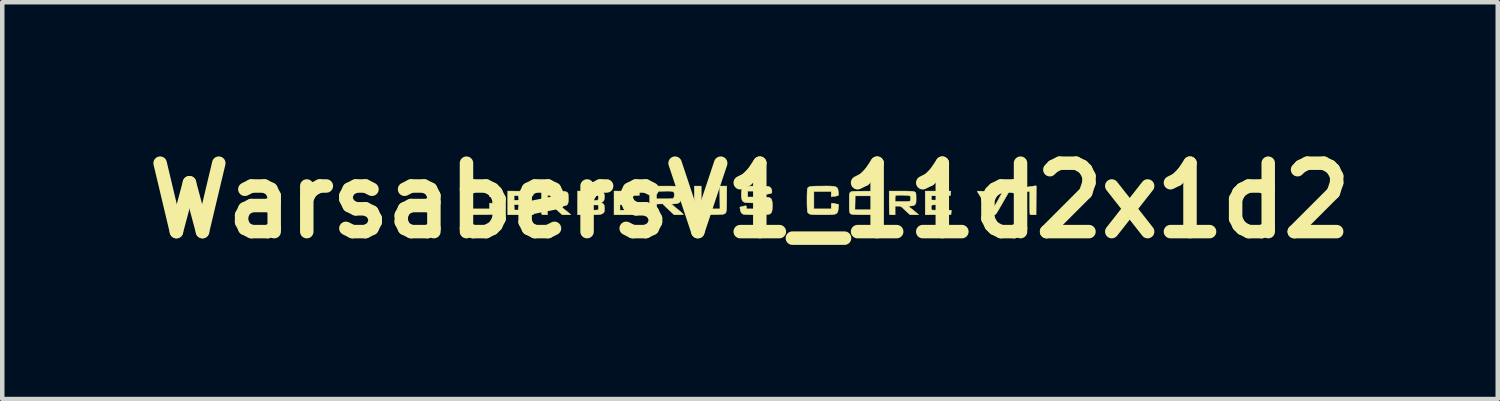
<source format=kicad_pcb>
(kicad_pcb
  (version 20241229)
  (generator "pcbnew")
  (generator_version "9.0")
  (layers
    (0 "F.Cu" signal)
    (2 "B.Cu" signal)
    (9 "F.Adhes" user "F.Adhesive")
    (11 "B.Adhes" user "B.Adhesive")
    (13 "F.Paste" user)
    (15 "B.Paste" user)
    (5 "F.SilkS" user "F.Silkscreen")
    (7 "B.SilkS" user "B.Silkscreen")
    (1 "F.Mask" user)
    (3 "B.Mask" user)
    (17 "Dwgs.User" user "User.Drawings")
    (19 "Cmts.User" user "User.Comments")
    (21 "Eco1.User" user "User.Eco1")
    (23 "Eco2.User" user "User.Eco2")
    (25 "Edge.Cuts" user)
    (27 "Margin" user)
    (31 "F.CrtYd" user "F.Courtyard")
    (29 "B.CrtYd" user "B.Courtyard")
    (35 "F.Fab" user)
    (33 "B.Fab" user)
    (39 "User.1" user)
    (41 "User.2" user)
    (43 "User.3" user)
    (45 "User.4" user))
  (footprint "WarsabersV1_11d2x1d2"
    (layer "F.Cu")
    (at 13.651 1.418)
    (property "Reference" "WarsabersV1_11d2x1d2" (at 0 0 0) (layer "F.SilkS") (effects (font (size 1.524 1.524) (thickness 0.3))))
    (attr through_hole)
    (fp_poly (pts (xy -4.831 -0.208) (xy -4.831 -0.117) (xy -5.253 -0.111) (xy -5.253 -0.01) (xy -5.009 -0.01) (xy -5.009 0.091) (xy -5.254 0.091) (xy -5.251 0.15) (xy -5.248 0.208) (xy -4.826 0.208) (xy -4.826 0.262) (xy -4.826 0.315) (xy -5.395 0.315) (xy -5.395 -0.214) (xy -4.831 -0.208)) (stroke (width 0.01) (type solid)) (fill yes) (layer "F.SilkS"))
    (fp_poly (pts (xy -2.464 -0.208) (xy -2.464 -0.117) (xy -2.662 -0.115) (xy -2.724 -0.114) (xy -2.781 -0.113) (xy -2.827 -0.113) (xy -2.86 -0.112) (xy -2.877 -0.112) (xy -2.878 -0.112) (xy -2.889 -0.108) (xy -2.894 -0.094) (xy -2.896 -0.064) (xy -2.896 -0.061) (xy -2.896 -0.011) (xy -2.647 -0.005) (xy -2.647 0.086) (xy -2.771 0.089) (xy -2.896 0.092) (xy -2.896 0.213) (xy -2.459 0.213) (xy -2.459 0.315) (xy -3.028 0.315) (xy -3.028 -0.214) (xy -2.464 -0.208)) (stroke (width 0.01) (type solid)) (fill yes) (layer "F.SilkS"))
    (fp_poly (pts (xy 6.37 -0.329) (xy 6.376 -0.319) (xy 6.375 -0.303) (xy 6.375 -0.287) (xy 6.374 -0.253) (xy 6.373 -0.205) (xy 6.373 -0.145) (xy 6.372 -0.076) (xy 6.372 -0.000192) (xy 6.372 0.018) (xy 6.37 0.315) (xy 6.306 0.315) (xy 6.271 0.314) (xy 6.246 0.311) (xy 6.235 0.308) (xy 6.233 0.297) (xy 6.231 0.267) (xy 6.23 0.224) (xy 6.229 0.168) (xy 6.228 0.103) (xy 6.228 0.049) (xy 6.228 -0.203) (xy 6.096 -0.203) (xy 6.096 -0.293) (xy 6.185 -0.305) (xy 6.232 -0.312) (xy 6.277 -0.318) (xy 6.313 -0.324) (xy 6.319 -0.325) (xy 6.352 -0.33) (xy 6.37 -0.329)) (stroke (width 0.01) (type solid)) (fill yes) (layer "F.SilkS"))
    (fp_poly (pts (xy 4.468 -0.165) (xy 4.465 -0.117) (xy 4.039 -0.107) (xy 4.039 -0.015) (xy 4.163 -0.01) (xy 4.211 -0.008) (xy 4.25 -0.004) (xy 4.277 -0.001) (xy 4.288 0.002) (xy 4.288 0.003) (xy 4.288 0.017) (xy 4.288 0.043) (xy 4.288 0.051) (xy 4.288 0.091) (xy 4.167 0.091) (xy 4.113 0.092) (xy 4.076 0.094) (xy 4.052 0.099) (xy 4.04 0.109) (xy 4.035 0.126) (xy 4.034 0.152) (xy 4.034 0.162) (xy 4.038 0.194) (xy 4.05 0.207) (xy 4.064 0.209) (xy 4.096 0.211) (xy 4.141 0.212) (xy 4.197 0.213) (xy 4.26 0.213) (xy 4.274 0.213) (xy 4.482 0.213) (xy 4.479 0.262) (xy 4.475 0.31) (xy 3.901 0.315) (xy 3.901 -0.213) (xy 4.186 -0.213) (xy 4.472 -0.213) (xy 4.468 -0.165)) (stroke (width 0.01) (type solid)) (fill yes) (layer "F.SilkS"))
    (fp_poly (pts (xy -0.597 -0.325) (xy -0.518 -0.325) (xy -0.518 -0.064) (xy -0.519 0.015) (xy -0.52 0.086) (xy -0.522 0.146) (xy -0.524 0.194) (xy -0.527 0.226) (xy -0.529 0.236) (xy -0.535 0.257) (xy -0.543 0.273) (xy -0.555 0.286) (xy -0.573 0.295) (xy -0.599 0.302) (xy -0.636 0.306) (xy -0.686 0.309) (xy -0.751 0.311) (xy -0.833 0.312) (xy -0.863 0.312) (xy -0.937 0.312) (xy -1.005 0.311) (xy -1.066 0.31) (xy -1.115 0.309) (xy -1.149 0.306) (xy -1.165 0.304) (xy -1.195 0.289) (xy -1.219 0.268) (xy -1.225 0.259) (xy -1.23 0.249) (xy -1.233 0.235) (xy -1.236 0.214) (xy -1.238 0.185) (xy -1.239 0.144) (xy -1.239 0.09) (xy -1.239 0.019) (xy -1.24 -0.042) (xy -1.24 -0.325) (xy -1.087 -0.325) (xy -1.087 0.183) (xy -0.669 0.183) (xy -0.672 -0.071) (xy -0.676 -0.325) (xy -0.597 -0.325)) (stroke (width 0.01) (type solid)) (fill yes) (layer "F.SilkS"))
    (fp_poly (pts (xy 5.702 -0.213) (xy 5.736 -0.213) (xy 5.761 -0.212) (xy 5.771 -0.21) (xy 5.771 -0.21) (xy 5.766 -0.2) (xy 5.753 -0.177) (xy 5.733 -0.141) (xy 5.709 -0.099) (xy 5.698 -0.08) (xy 5.666 -0.025) (xy 5.632 0.035) (xy 5.6 0.091) (xy 5.574 0.136) (xy 5.573 0.137) (xy 5.539 0.197) (xy 5.512 0.242) (xy 5.492 0.274) (xy 5.476 0.295) (xy 5.463 0.307) (xy 5.45 0.313) (xy 5.436 0.315) (xy 5.421 0.315) (xy 5.377 0.315) (xy 5.262 0.124) (xy 5.225 0.063) (xy 5.189 0.004) (xy 5.155 -0.051) (xy 5.127 -0.097) (xy 5.107 -0.13) (xy 5.103 -0.135) (xy 5.083 -0.167) (xy 5.068 -0.193) (xy 5.06 -0.207) (xy 5.06 -0.209) (xy 5.069 -0.211) (xy 5.094 -0.212) (xy 5.129 -0.212) (xy 5.137 -0.211) (xy 5.215 -0.208) (xy 5.315 -0.037) (xy 5.346 0.017) (xy 5.374 0.065) (xy 5.398 0.104) (xy 5.415 0.131) (xy 5.423 0.144) (xy 5.424 0.144) (xy 5.432 0.139) (xy 5.448 0.117) (xy 5.471 0.079) (xy 5.502 0.027) (xy 5.533 -0.03) (xy 5.633 -0.213) (xy 5.702 -0.213)) (stroke (width 0.01) (type solid)) (fill yes) (layer "F.SilkS"))
    (fp_poly (pts (xy -5.844 -0.323) (xy -5.782 -0.322) (xy -5.739 -0.319) (xy -5.718 -0.315) (xy -5.685 -0.299) (xy -5.664 -0.272) (xy -5.652 -0.23) (xy -5.649 -0.179) (xy -5.649 -0.145) (xy -5.653 -0.124) (xy -5.663 -0.111) (xy -5.685 -0.104) (xy -5.721 -0.099) (xy -5.743 -0.096) (xy -5.801 -0.089) (xy -5.801 -0.203) (xy -6.198 -0.203) (xy -6.198 0.183) (xy -5.801 0.183) (xy -5.801 0.117) (xy -5.801 0.081) (xy -5.799 0.062) (xy -5.793 0.054) (xy -5.782 0.054) (xy -5.779 0.055) (xy -5.722 0.067) (xy -5.683 0.077) (xy -5.66 0.085) (xy -5.649 0.092) (xy -5.648 0.095) (xy -5.647 0.124) (xy -5.648 0.162) (xy -5.651 0.201) (xy -5.656 0.233) (xy -5.659 0.249) (xy -5.674 0.272) (xy -5.696 0.292) (xy -5.707 0.297) (xy -5.721 0.302) (xy -5.74 0.305) (xy -5.768 0.308) (xy -5.807 0.309) (xy -5.86 0.311) (xy -5.929 0.312) (xy -5.984 0.312) (xy -6.076 0.313) (xy -6.15 0.312) (xy -6.206 0.31) (xy -6.247 0.308) (xy -6.273 0.304) (xy -6.279 0.302) (xy -6.315 0.279) (xy -6.333 0.254) (xy -6.338 0.241) (xy -6.343 0.225) (xy -6.346 0.204) (xy -6.348 0.174) (xy -6.349 0.134) (xy -6.349 0.08) (xy -6.348 0.01) (xy -6.348 -0.023) (xy -6.345 -0.264) (xy -6.317 -0.292) (xy -6.289 -0.32) (xy -6.022 -0.323) (xy -5.924 -0.324) (xy -5.844 -0.323)) (stroke (width 0.01) (type solid)) (fill yes) (layer "F.SilkS"))
    (fp_poly (pts (xy 2.693 -0.212) (xy 2.749 -0.211) (xy 2.791 -0.208) (xy 2.822 -0.204) (xy 2.843 -0.198) (xy 2.858 -0.19) (xy 2.867 -0.179) (xy 2.874 -0.166) (xy 2.878 -0.146) (xy 2.882 -0.11) (xy 2.884 -0.062) (xy 2.885 -0.006) (xy 2.886 0.054) (xy 2.885 0.114) (xy 2.884 0.17) (xy 2.881 0.217) (xy 2.878 0.252) (xy 2.874 0.269) (xy 2.852 0.293) (xy 2.825 0.305) (xy 2.804 0.308) (xy 2.766 0.31) (xy 2.714 0.312) (xy 2.654 0.313) (xy 2.587 0.314) (xy 2.519 0.314) (xy 2.452 0.313) (xy 2.39 0.312) (xy 2.337 0.31) (xy 2.297 0.308) (xy 2.272 0.305) (xy 2.269 0.304) (xy 2.251 0.298) (xy 2.236 0.29) (xy 2.226 0.278) (xy 2.218 0.259) (xy 2.214 0.231) (xy 2.212 0.203) (xy 2.336 0.203) (xy 2.754 0.203) (xy 2.751 0.048) (xy 2.748 -0.107) (xy 2.342 -0.107) (xy 2.336 0.203) (xy 2.212 0.203) (xy 2.211 0.19) (xy 2.21 0.135) (xy 2.21 0.062) (xy 2.21 0.05) (xy 2.21 -0.021) (xy 2.21 -0.075) (xy 2.211 -0.113) (xy 2.213 -0.14) (xy 2.216 -0.158) (xy 2.221 -0.17) (xy 2.227 -0.179) (xy 2.233 -0.185) (xy 2.24 -0.192) (xy 2.249 -0.197) (xy 2.261 -0.202) (xy 2.279 -0.205) (xy 2.305 -0.207) (xy 2.342 -0.208) (xy 2.393 -0.21) (xy 2.459 -0.21) (xy 2.532 -0.211) (xy 2.622 -0.212) (xy 2.693 -0.212)) (stroke (width 0.01) (type solid)) (fill yes) (layer "F.SilkS"))
    (fp_poly (pts (xy -3.565 -0.211) (xy -3.29 -0.208) (xy -3.266 -0.18) (xy -3.251 -0.158) (xy -3.243 -0.133) (xy -3.241 -0.096) (xy -3.241 -0.091) (xy -3.245 -0.038) (xy -3.256 -0.001) (xy -3.277 0.022) (xy -3.29 0.03) (xy -3.317 0.043) (xy -3.29 0.057) (xy -3.266 0.073) (xy -3.251 0.095) (xy -3.243 0.127) (xy -3.241 0.175) (xy -3.241 0.18) (xy -3.242 0.22) (xy -3.246 0.245) (xy -3.255 0.262) (xy -3.265 0.273) (xy -3.28 0.285) (xy -3.299 0.295) (xy -3.323 0.303) (xy -3.354 0.308) (xy -3.397 0.312) (xy -3.452 0.314) (xy -3.523 0.315) (xy -3.599 0.315) (xy -3.84 0.315) (xy -3.84 0.213) (xy -3.708 0.213) (xy -3.553 0.213) (xy -3.499 0.213) (xy -3.451 0.211) (xy -3.413 0.209) (xy -3.39 0.206) (xy -3.385 0.205) (xy -3.376 0.187) (xy -3.375 0.151) (xy -3.375 0.146) (xy -3.378 0.097) (xy -3.708 0.091) (xy -3.708 0.213) (xy -3.84 0.213) (xy -3.84 -0.122) (xy -3.708 -0.122) (xy -3.708 0) (xy -3.574 -0.001) (xy -3.521 -0.002) (xy -3.472 -0.004) (xy -3.434 -0.006) (xy -3.41 -0.009) (xy -3.409 -0.009) (xy -3.388 -0.016) (xy -3.379 -0.03) (xy -3.375 -0.054) (xy -3.374 -0.078) (xy -3.377 -0.096) (xy -3.387 -0.108) (xy -3.406 -0.116) (xy -3.438 -0.12) (xy -3.484 -0.122) (xy -3.548 -0.122) (xy -3.708 -0.122) (xy -3.84 -0.122) (xy -3.84 -0.214) (xy -3.565 -0.211)) (stroke (width 0.01) (type solid)) (fill yes) (layer "F.SilkS"))
    (fp_poly (pts (xy -1.836 -0.325) (xy -1.76 -0.324) (xy -1.7 -0.323) (xy -1.653 -0.32) (xy -1.619 -0.315) (xy -1.594 -0.309) (xy -1.577 -0.3) (xy -1.564 -0.288) (xy -1.555 -0.274) (xy -1.549 -0.259) (xy -1.541 -0.227) (xy -1.536 -0.182) (xy -1.534 -0.13) (xy -1.535 -0.077) (xy -1.54 -0.031) (xy -1.548 0.002) (xy -1.549 0.005) (xy -1.565 0.033) (xy -1.589 0.052) (xy -1.624 0.064) (xy -1.675 0.07) (xy -1.681 0.071) (xy -1.753 0.076) (xy -1.618 0.187) (xy -1.574 0.223) (xy -1.536 0.256) (xy -1.506 0.282) (xy -1.488 0.3) (xy -1.483 0.306) (xy -1.493 0.31) (xy -1.518 0.313) (xy -1.555 0.315) (xy -1.586 0.315) (xy -1.688 0.315) (xy -1.746 0.262) (xy -1.78 0.23) (xy -1.822 0.19) (xy -1.864 0.151) (xy -1.875 0.14) (xy -1.947 0.07) (xy -2.012 0.073) (xy -2.078 0.076) (xy -2.081 0.196) (xy -2.083 0.315) (xy -2.235 0.315) (xy -2.235 -0.041) (xy -2.084 -0.041) (xy -1.901 -0.041) (xy -1.834 -0.041) (xy -1.784 -0.042) (xy -1.749 -0.044) (xy -1.725 -0.047) (xy -1.711 -0.051) (xy -1.703 -0.057) (xy -1.691 -0.081) (xy -1.687 -0.125) (xy -1.687 -0.127) (xy -1.687 -0.156) (xy -1.692 -0.178) (xy -1.702 -0.193) (xy -1.721 -0.203) (xy -1.751 -0.209) (xy -1.794 -0.212) (xy -1.853 -0.212) (xy -1.906 -0.211) (xy -2.078 -0.208) (xy -2.084 -0.041) (xy -2.235 -0.041) (xy -2.235 -0.325) (xy -1.93 -0.325) (xy -1.836 -0.325)) (stroke (width 0.01) (type solid)) (fill yes) (layer "F.SilkS"))
    (fp_poly (pts (xy 1.78 -0.325) (xy 1.837 -0.322) (xy 1.881 -0.316) (xy 1.913 -0.306) (xy 1.935 -0.292) (xy 1.95 -0.273) (xy 1.959 -0.247) (xy 1.964 -0.213) (xy 1.968 -0.177) (xy 1.971 -0.147) (xy 1.969 -0.127) (xy 1.961 -0.114) (xy 1.943 -0.107) (xy 1.91 -0.101) (xy 1.867 -0.096) (xy 1.808 -0.089) (xy 1.808 -0.203) (xy 1.422 -0.203) (xy 1.422 0.183) (xy 1.808 0.183) (xy 1.808 0.123) (xy 1.81 0.09) (xy 1.813 0.066) (xy 1.816 0.057) (xy 1.83 0.057) (xy 1.857 0.06) (xy 1.893 0.067) (xy 1.899 0.069) (xy 1.974 0.085) (xy 1.968 0.158) (xy 1.963 0.201) (xy 1.957 0.235) (xy 1.947 0.261) (xy 1.931 0.281) (xy 1.907 0.295) (xy 1.873 0.305) (xy 1.826 0.311) (xy 1.765 0.313) (xy 1.687 0.314) (xy 1.613 0.314) (xy 1.53 0.314) (xy 1.465 0.313) (xy 1.416 0.311) (xy 1.379 0.309) (xy 1.353 0.305) (xy 1.335 0.301) (xy 1.33 0.299) (xy 1.303 0.282) (xy 1.284 0.262) (xy 1.282 0.259) (xy 1.278 0.24) (xy 1.275 0.205) (xy 1.272 0.157) (xy 1.27 0.099) (xy 1.269 0.036) (xy 1.269 -0.03) (xy 1.269 -0.095) (xy 1.271 -0.154) (xy 1.272 -0.206) (xy 1.275 -0.245) (xy 1.279 -0.27) (xy 1.28 -0.274) (xy 1.29 -0.289) (xy 1.303 -0.3) (xy 1.322 -0.309) (xy 1.349 -0.315) (xy 1.387 -0.32) (xy 1.438 -0.323) (xy 1.503 -0.325) (xy 1.586 -0.325) (xy 1.614 -0.325) (xy 1.706 -0.326) (xy 1.78 -0.325)) (stroke (width 0.01) (type solid)) (fill yes) (layer "F.SilkS"))
    (fp_poly (pts (xy -4.369 -0.211) (xy -4.28 -0.21) (xy -4.21 -0.209) (xy -4.155 -0.207) (xy -4.114 -0.202) (xy -4.086 -0.194) (xy -4.067 -0.182) (xy -4.055 -0.165) (xy -4.049 -0.142) (xy -4.047 -0.111) (xy -4.046 -0.072) (xy -4.045 -0.062) (xy -4.045 -0.000406) (xy -4.05 0.044) (xy -4.061 0.075) (xy -4.079 0.096) (xy -4.107 0.109) (xy -4.117 0.112) (xy -4.149 0.118) (xy -4.177 0.12) (xy -4.183 0.119) (xy -4.203 0.118) (xy -4.211 0.122) (xy -4.205 0.13) (xy -4.186 0.149) (xy -4.156 0.175) (xy -4.119 0.206) (xy -4.104 0.218) (xy -4.064 0.25) (xy -4.031 0.278) (xy -4.006 0.298) (xy -3.994 0.309) (xy -3.993 0.311) (xy -4.002 0.313) (xy -4.028 0.314) (xy -4.064 0.315) (xy -4.087 0.315) (xy -4.181 0.314) (xy -4.287 0.218) (xy -4.393 0.122) (xy -4.511 0.122) (xy -4.511 0.315) (xy -4.57 0.315) (xy -4.603 0.314) (xy -4.628 0.311) (xy -4.636 0.308) (xy -4.638 0.297) (xy -4.64 0.267) (xy -4.641 0.224) (xy -4.642 0.168) (xy -4.643 0.103) (xy -4.643 0.044) (xy -4.643 0.02) (xy -4.512 0.02) (xy -4.35 0.02) (xy -4.294 0.02) (xy -4.246 0.018) (xy -4.209 0.016) (xy -4.186 0.013) (xy -4.181 0.011) (xy -4.175 -0.009) (xy -4.173 -0.04) (xy -4.175 -0.071) (xy -4.18 -0.096) (xy -4.184 -0.104) (xy -4.197 -0.109) (xy -4.223 -0.113) (xy -4.266 -0.116) (xy -4.325 -0.117) (xy -4.352 -0.117) (xy -4.506 -0.117) (xy -4.509 -0.048) (xy -4.512 0.02) (xy -4.643 0.02) (xy -4.643 -0.214) (xy -4.369 -0.211)) (stroke (width 0.01) (type solid)) (fill yes) (layer "F.SilkS"))
    (fp_poly (pts (xy 3.452 -0.213) (xy 3.523 -0.212) (xy 3.577 -0.21) (xy 3.618 -0.207) (xy 3.648 -0.202) (xy 3.668 -0.194) (xy 3.681 -0.185) (xy 3.689 -0.173) (xy 3.692 -0.167) (xy 3.695 -0.15) (xy 3.697 -0.119) (xy 3.698 -0.077) (xy 3.698 -0.045) (xy 3.698 0.003) (xy 3.696 0.036) (xy 3.692 0.058) (xy 3.685 0.073) (xy 3.675 0.086) (xy 3.656 0.102) (xy 3.63 0.112) (xy 3.592 0.117) (xy 3.559 0.121) (xy 3.536 0.124) (xy 3.528 0.126) (xy 3.535 0.132) (xy 3.554 0.148) (xy 3.582 0.171) (xy 3.595 0.18) (xy 3.634 0.211) (xy 3.673 0.244) (xy 3.706 0.271) (xy 3.708 0.273) (xy 3.754 0.314) (xy 3.66 0.315) (xy 3.566 0.315) (xy 3.523 0.277) (xy 3.494 0.251) (xy 3.458 0.217) (xy 3.422 0.183) (xy 3.419 0.181) (xy 3.389 0.152) (xy 3.367 0.135) (xy 3.348 0.126) (xy 3.325 0.123) (xy 3.294 0.122) (xy 3.231 0.122) (xy 3.231 0.315) (xy 3.172 0.315) (xy 3.139 0.314) (xy 3.114 0.311) (xy 3.106 0.308) (xy 3.104 0.297) (xy 3.102 0.267) (xy 3.101 0.224) (xy 3.1 0.168) (xy 3.099 0.103) (xy 3.099 0.044) (xy 3.099 -0.045) (xy 3.231 -0.045) (xy 3.231 0.02) (xy 3.391 0.02) (xy 3.462 0.02) (xy 3.513 0.018) (xy 3.546 0.014) (xy 3.563 0.009) (xy 3.564 0.008) (xy 3.571 -0.009) (xy 3.576 -0.037) (xy 3.576 -0.052) (xy 3.575 -0.081) (xy 3.569 -0.098) (xy 3.555 -0.107) (xy 3.544 -0.111) (xy 3.523 -0.115) (xy 3.486 -0.118) (xy 3.44 -0.12) (xy 3.39 -0.122) (xy 3.34 -0.122) (xy 3.296 -0.121) (xy 3.263 -0.119) (xy 3.247 -0.116) (xy 3.238 -0.107) (xy 3.233 -0.087) (xy 3.231 -0.051) (xy 3.231 -0.045) (xy 3.099 -0.045) (xy 3.099 -0.213) (xy 3.363 -0.213) (xy 3.452 -0.213)) (stroke (width 0.01) (type solid)) (fill yes) (layer "F.SilkS"))
    (fp_poly (pts (xy 0.23 -0.325) (xy 0.293 -0.324) (xy 0.341 -0.323) (xy 0.377 -0.321) (xy 0.403 -0.318) (xy 0.421 -0.313) (xy 0.432 -0.309) (xy 0.464 -0.283) (xy 0.483 -0.242) (xy 0.488 -0.198) (xy 0.486 -0.179) (xy 0.478 -0.168) (xy 0.459 -0.16) (xy 0.436 -0.154) (xy 0.396 -0.146) (xy 0.372 -0.143) (xy 0.36 -0.148) (xy 0.356 -0.16) (xy 0.356 -0.172) (xy 0.354 -0.185) (xy 0.349 -0.196) (xy 0.338 -0.203) (xy 0.317 -0.208) (xy 0.285 -0.211) (xy 0.239 -0.213) (xy 0.177 -0.213) (xy 0.127 -0.213) (xy -0.051 -0.212) (xy -0.051 -0.081) (xy 0.173 -0.081) (xy 0.257 -0.081) (xy 0.323 -0.08) (xy 0.374 -0.077) (xy 0.412 -0.071) (xy 0.439 -0.064) (xy 0.458 -0.053) (xy 0.471 -0.039) (xy 0.481 -0.02) (xy 0.483 -0.016) (xy 0.492 0.019) (xy 0.497 0.072) (xy 0.498 0.119) (xy 0.495 0.184) (xy 0.488 0.233) (xy 0.474 0.267) (xy 0.452 0.289) (xy 0.427 0.302) (xy 0.405 0.305) (xy 0.367 0.308) (xy 0.315 0.311) (xy 0.254 0.312) (xy 0.187 0.313) (xy 0.117 0.314) (xy 0.048 0.313) (xy -0.016 0.312) (xy -0.071 0.31) (xy -0.116 0.307) (xy -0.144 0.304) (xy -0.15 0.302) (xy -0.183 0.283) (xy -0.205 0.248) (xy -0.219 0.196) (xy -0.22 0.189) (xy -0.226 0.144) (xy -0.187 0.134) (xy -0.14 0.122) (xy -0.11 0.116) (xy -0.092 0.115) (xy -0.084 0.121) (xy -0.081 0.133) (xy -0.081 0.147) (xy -0.081 0.183) (xy 0.356 0.183) (xy 0.356 0.051) (xy 0.135 0.05) (xy 0.047 0.049) (xy -0.025 0.047) (xy -0.078 0.044) (xy -0.113 0.04) (xy -0.122 0.038) (xy -0.151 0.022) (xy -0.172 -0.003) (xy -0.185 -0.04) (xy -0.192 -0.092) (xy -0.193 -0.142) (xy -0.19 -0.208) (xy -0.18 -0.256) (xy -0.163 -0.289) (xy -0.137 -0.31) (xy -0.126 -0.315) (xy -0.109 -0.318) (xy -0.075 -0.32) (xy -0.026 -0.323) (xy 0.033 -0.324) (xy 0.1 -0.325) (xy 0.149 -0.325) (xy 0.23 -0.325)) (stroke (width 0.01) (type solid)) (fill yes) (layer "F.SilkS")))
  (gr_rect
    (start -3 -3)
    (end 30.301 5.836)
    (stroke (width 0.1) (type default))
    (fill no)
    (layer "Edge.Cuts")))
</source>
